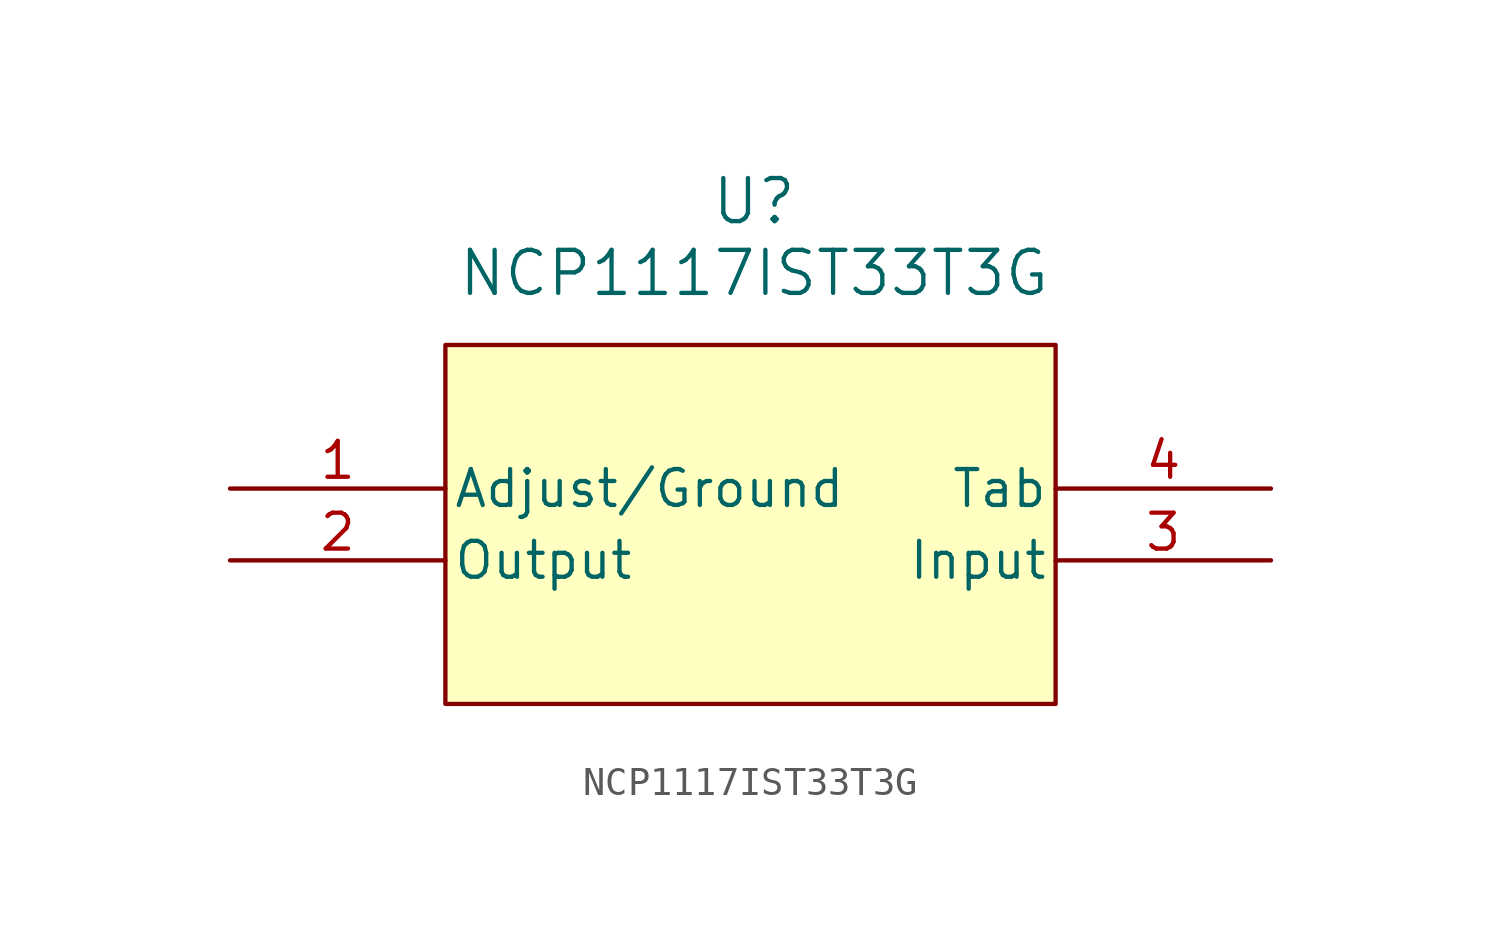
<source format=kicad_sym>
(kicad_symbol_lib
  (version 20241209)
  (generator "kicad_symbol_editor")
  (generator_version "9.0")
  (symbol "NCP1117IST33T3G"
    (pin_names
      (offset 0.254))
    (property "Reference" "U"
      (at 18.542 10.16 0)
      (effects (font (size 1.524 1.524))))
    (property "Value" "NCP1117IST33T3G"
      (at 18.542 7.62 0)
      (effects (font (size 1.524 1.524))))
    (property "ki_locked" ""
      (at 0 0 0)
      (effects (font (size 1.27 1.27))))
    (symbol "NCP1117IST33T3G_0_1"
      (pin unspecified line (at 0 0 0) (length 7.62) (name "Adjust/Ground" (effects (font (size 1.27 1.27)))) (number "1" (effects (font (size 1.27 1.27)))))
      (pin output line (at 0 -2.54 0) (length 7.62) (name "Output" (effects (font (size 1.27 1.27)))) (number "2" (effects (font (size 1.27 1.27)))))
      (pin unspecified line (at 36.83 0 180) (length 7.62) (name "Tab" (effects (font (size 1.27 1.27)))) (number "4" (effects (font (size 1.27 1.27)))))
      (pin input line (at 36.83 -2.54 180) (length 7.62) (name "Input" (effects (font (size 1.27 1.27)))) (number "3" (effects (font (size 1.27 1.27))))))
    (symbol "NCP1117IST33T3G_1_1"
      (rectangle (start 7.62 5.08) (end 29.21 -7.62) (stroke (width 0) (type default)) (fill (type background))))))
</source>
